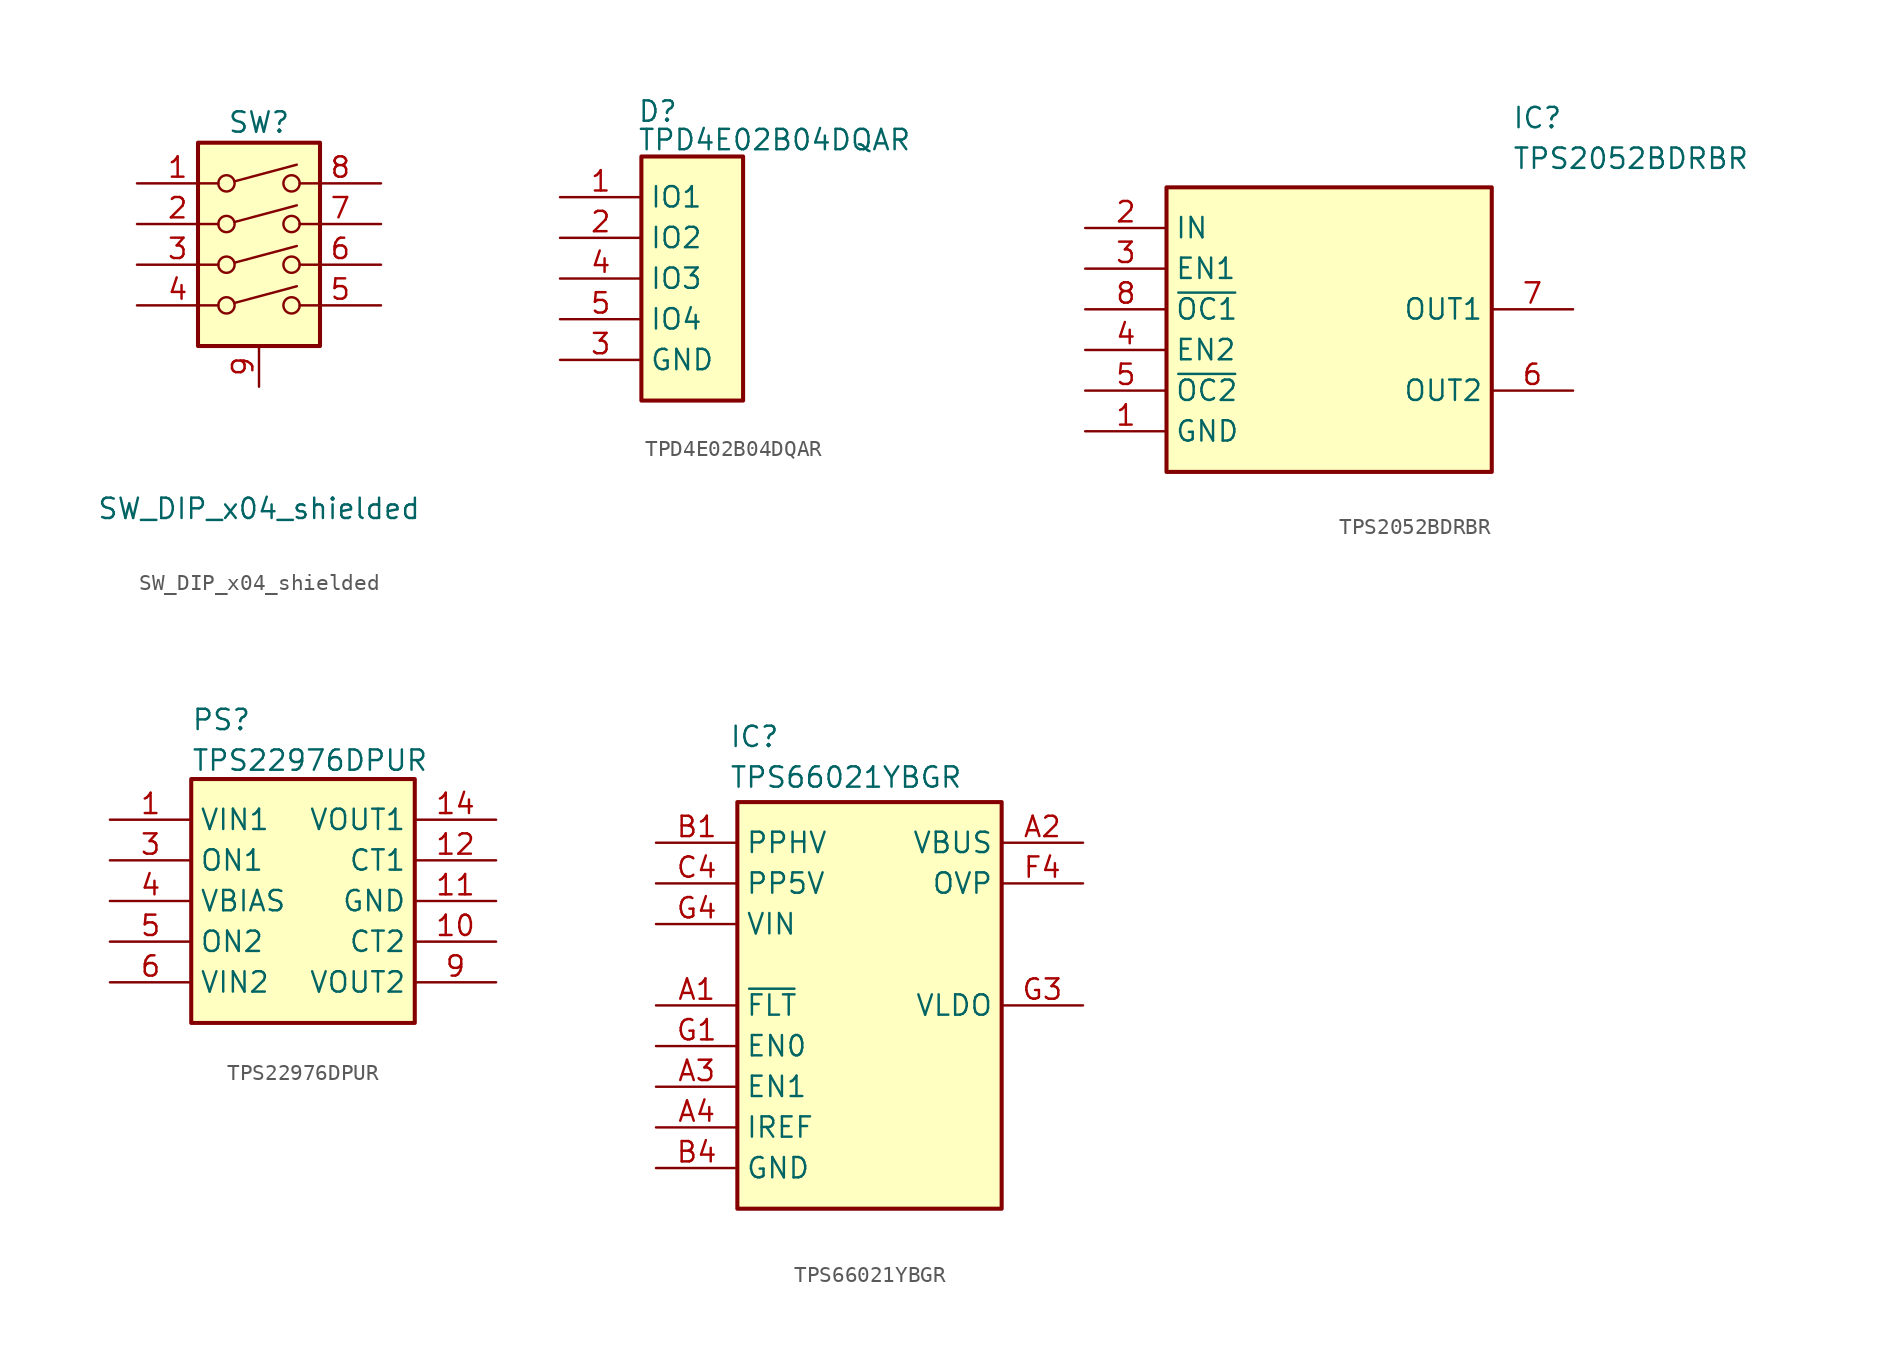
<source format=kicad_sym>
(kicad_symbol_lib
  (version 20231120)
  (generator "kicad_symbol_editor")
  (generator_version "8.0")
  (symbol "SW_DIP_x04_shielded"
    (pin_names
      (offset 0) hide)
    (property "Reference" "SW"
      (at 0 8.89 0)
      (effects (font (size 1.27 1.27))))
    (property "Value" "SW_DIP_x04_shielded"
      (at 0 -15.24 0)
      (effects (font (size 1.27 1.27))))
    (symbol "SW_DIP_x04_shielded_0_0"
      (circle (center -2.032 -2.54) (radius 0.508) (stroke (width 0) (type default)) (fill (type none)))
      (circle (center -2.032 0) (radius 0.508) (stroke (width 0) (type default)) (fill (type none)))
      (circle (center -2.032 2.54) (radius 0.508) (stroke (width 0) (type default)) (fill (type none)))
      (circle (center -2.032 5.08) (radius 0.508) (stroke (width 0) (type default)) (fill (type none)))
      (polyline (pts (xy -1.524 -2.388) (xy 2.362 -1.346)) (stroke (width 0) (type default)) (fill (type none)))
      (polyline (pts (xy -1.524 0.127) (xy 2.362 1.168)) (stroke (width 0) (type default)) (fill (type none)))
      (polyline (pts (xy -1.524 2.667) (xy 2.362 3.708)) (stroke (width 0) (type default)) (fill (type none)))
      (polyline (pts (xy -1.524 5.207) (xy 2.362 6.248)) (stroke (width 0) (type default)) (fill (type none)))
      (circle (center 2.032 -2.54) (radius 0.508) (stroke (width 0) (type default)) (fill (type none)))
      (circle (center 2.032 0) (radius 0.508) (stroke (width 0) (type default)) (fill (type none)))
      (circle (center 2.032 2.54) (radius 0.508) (stroke (width 0) (type default)) (fill (type none)))
      (circle (center 2.032 5.08) (radius 0.508) (stroke (width 0) (type default)) (fill (type none))))
    (symbol "SW_DIP_x04_shielded_0_1"
      (rectangle (start -3.81 7.62) (end 3.81 -5.08) (stroke (width 0.254) (type default)) (fill (type background))))
    (symbol "SW_DIP_x04_shielded_1_1"
      (pin passive line (at -7.62 5.08 0) (length 5.08) (name "~" (effects (font (size 1.27 1.27)))) (number "1" (effects (font (size 1.27 1.27)))))
      (pin passive line (at -7.62 2.54 0) (length 5.08) (name "~" (effects (font (size 1.27 1.27)))) (number "2" (effects (font (size 1.27 1.27)))))
      (pin passive line (at -7.62 0 0) (length 5.08) (name "~" (effects (font (size 1.27 1.27)))) (number "3" (effects (font (size 1.27 1.27)))))
      (pin passive line (at -7.62 -2.54 0) (length 5.08) (name "~" (effects (font (size 1.27 1.27)))) (number "4" (effects (font (size 1.27 1.27)))))
      (pin passive line (at 7.62 -2.54 180) (length 5.08) (name "~" (effects (font (size 1.27 1.27)))) (number "5" (effects (font (size 1.27 1.27)))))
      (pin passive line (at 7.62 0 180) (length 5.08) (name "~" (effects (font (size 1.27 1.27)))) (number "6" (effects (font (size 1.27 1.27)))))
      (pin passive line (at 7.62 2.54 180) (length 5.08) (name "~" (effects (font (size 1.27 1.27)))) (number "7" (effects (font (size 1.27 1.27)))))
      (pin passive line (at 7.62 5.08 180) (length 5.08) (name "~" (effects (font (size 1.27 1.27)))) (number "8" (effects (font (size 1.27 1.27)))))
      (pin passive line (at 0 -7.62 90) (length 2.54) (name "SH" (effects (font (size 1.27 1.27)))) (number "9" (effects (font (size 1.27 1.27)))))))
  (symbol "TPD4E02B04DQAR"
    (property "Reference" "D"
      (at 4.826 6.096 0)
      (effects (font (size 1.27 1.27)) (justify left top)))
    (property "Value" "TPD4E02B04DQAR"
      (at 4.826 4.318 0)
      (effects (font (size 1.27 1.27)) (justify left top)))
    (symbol "TPD4E02B04DQAR_1_1"
      (rectangle (start 5.08 2.54) (end 11.43 -12.7) (stroke (width 0.254) (type default)) (fill (type background)))
      (pin passive line (at 0 0 0) (length 5.08) (name "IO1" (effects (font (size 1.27 1.27)))) (number "1" (effects (font (size 1.27 1.27)))))
      (pin passive line (at 0 0 0) (length 5.08) hide (name "NC_4" (effects (font (size 1.27 1.27)))) (number "10" (effects (font (size 1.27 1.27)))))
      (pin passive line (at 0 -2.54 0) (length 5.08) (name "IO2" (effects (font (size 1.27 1.27)))) (number "2" (effects (font (size 1.27 1.27)))))
      (pin passive line (at 0 -10.16 0) (length 5.08) (name "GND" (effects (font (size 1.27 1.27)))) (number "3" (effects (font (size 1.27 1.27)))))
      (pin passive line (at 0 -5.08 0) (length 5.08) (name "IO3" (effects (font (size 1.27 1.27)))) (number "4" (effects (font (size 1.27 1.27)))))
      (pin passive line (at 0 -7.62 0) (length 5.08) (name "IO4" (effects (font (size 1.27 1.27)))) (number "5" (effects (font (size 1.27 1.27)))))
      (pin passive line (at 0 -7.62 0) (length 5.08) hide (name "NC_1" (effects (font (size 1.27 1.27)))) (number "6" (effects (font (size 1.27 1.27)))))
      (pin passive line (at 0 -5.08 0) (length 5.08) hide (name "NC_2" (effects (font (size 1.27 1.27)))) (number "7" (effects (font (size 1.27 1.27)))))
      (pin passive line (at 0 -10.16 0) (length 5.08) hide (name "GND" (effects (font (size 1.27 1.27)))) (number "8" (effects (font (size 1.27 1.27)))))
      (pin passive line (at 0 -2.54 0) (length 5.08) hide (name "NC_3" (effects (font (size 1.27 1.27)))) (number "9" (effects (font (size 1.27 1.27)))))))
  (symbol "TPS2052BDRBR"
    (property "Reference" "IC"
      (at 26.67 7.62 0)
      (effects (font (size 1.27 1.27)) (justify left top)))
    (property "Value" "TPS2052BDRBR"
      (at 26.67 5.08 0)
      (effects (font (size 1.27 1.27)) (justify left top)))
    (symbol "TPS2052BDRBR_1_1"
      (rectangle (start 5.08 2.54) (end 25.4 -15.24) (stroke (width 0.254) (type default)) (fill (type background)))
      (pin passive line (at 0 -12.7 0) (length 5.08) (name "GND" (effects (font (size 1.27 1.27)))) (number "1" (effects (font (size 1.27 1.27)))))
      (pin passive line (at 0 0 0) (length 5.08) (name "IN" (effects (font (size 1.27 1.27)))) (number "2" (effects (font (size 1.27 1.27)))))
      (pin passive line (at 0 -2.54 0) (length 5.08) (name "EN1" (effects (font (size 1.27 1.27)))) (number "3" (effects (font (size 1.27 1.27)))))
      (pin passive line (at 0 -7.62 0) (length 5.08) (name "EN2" (effects (font (size 1.27 1.27)))) (number "4" (effects (font (size 1.27 1.27)))))
      (pin passive line (at 0 -10.16 0) (length 5.08) (name "~{OC2}" (effects (font (size 1.27 1.27)))) (number "5" (effects (font (size 1.27 1.27)))))
      (pin passive line (at 30.48 -10.16 180) (length 5.08) (name "OUT2" (effects (font (size 1.27 1.27)))) (number "6" (effects (font (size 1.27 1.27)))))
      (pin passive line (at 30.48 -5.08 180) (length 5.08) (name "OUT1" (effects (font (size 1.27 1.27)))) (number "7" (effects (font (size 1.27 1.27)))))
      (pin passive line (at 0 -5.08 0) (length 5.08) (name "~{OC1}" (effects (font (size 1.27 1.27)))) (number "8" (effects (font (size 1.27 1.27)))))
      (pin passive line (at 0 -12.7 0) (length 5.08) hide (name "GND" (effects (font (size 1.27 1.27)))) (number "9" (effects (font (size 1.27 1.27)))))))
  (symbol "TPS22976DPUR"
    (property "Reference" "PS"
      (at 5.08 6.985 0)
      (effects (font (size 1.27 1.27)) (justify left top)))
    (property "Value" "TPS22976DPUR"
      (at 5.08 4.445 0)
      (effects (font (size 1.27 1.27)) (justify left top)))
    (symbol "TPS22976DPUR_1_1"
      (rectangle (start 5.08 2.54) (end 19.05 -12.7) (stroke (width 0.254) (type default)) (fill (type background)))
      (pin passive line (at 0 0 0) (length 5.08) (name "VIN1" (effects (font (size 1.27 1.27)))) (number "1" (effects (font (size 1.27 1.27)))))
      (pin passive line (at 24.13 -7.62 180) (length 5.08) (name "CT2" (effects (font (size 1.27 1.27)))) (number "10" (effects (font (size 1.27 1.27)))))
      (pin passive line (at 24.13 -5.08 180) (length 5.08) (name "GND" (effects (font (size 1.27 1.27)))) (number "11" (effects (font (size 1.27 1.27)))))
      (pin passive line (at 24.13 -2.54 180) (length 5.08) (name "CT1" (effects (font (size 1.27 1.27)))) (number "12" (effects (font (size 1.27 1.27)))))
      (pin passive line (at 24.13 0 180) (length 5.08) hide (name "VOUT1" (effects (font (size 1.27 1.27)))) (number "13" (effects (font (size 1.27 1.27)))))
      (pin passive line (at 24.13 0 180) (length 5.08) (name "VOUT1" (effects (font (size 1.27 1.27)))) (number "14" (effects (font (size 1.27 1.27)))))
      (pin passive line (at 24.13 -5.08 180) (length 5.08) hide (name "EP" (effects (font (size 1.27 1.27)))) (number "15" (effects (font (size 1.27 1.27)))))
      (pin passive line (at 0 0 0) (length 5.08) hide (name "VIN1" (effects (font (size 1.27 1.27)))) (number "2" (effects (font (size 1.27 1.27)))))
      (pin passive line (at 0 -2.54 0) (length 5.08) (name "ON1" (effects (font (size 1.27 1.27)))) (number "3" (effects (font (size 1.27 1.27)))))
      (pin passive line (at 0 -5.08 0) (length 5.08) (name "VBIAS" (effects (font (size 1.27 1.27)))) (number "4" (effects (font (size 1.27 1.27)))))
      (pin passive line (at 0 -7.62 0) (length 5.08) (name "ON2" (effects (font (size 1.27 1.27)))) (number "5" (effects (font (size 1.27 1.27)))))
      (pin passive line (at 0 -10.16 0) (length 5.08) (name "VIN2" (effects (font (size 1.27 1.27)))) (number "6" (effects (font (size 1.27 1.27)))))
      (pin passive line (at 0 -10.16 0) (length 5.08) hide (name "VIN2" (effects (font (size 1.27 1.27)))) (number "7" (effects (font (size 1.27 1.27)))))
      (pin passive line (at 24.13 -10.16 180) (length 5.08) hide (name "VOUT2" (effects (font (size 1.27 1.27)))) (number "8" (effects (font (size 1.27 1.27)))))
      (pin passive line (at 24.13 -10.16 180) (length 5.08) (name "VOUT2" (effects (font (size 1.27 1.27)))) (number "9" (effects (font (size 1.27 1.27)))))))
  (symbol "TPS66021YBGR"
    (property "Reference" "IC"
      (at 4.572 7.366 0)
      (effects (font (size 1.27 1.27)) (justify left top)))
    (property "Value" "TPS66021YBGR"
      (at 4.572 4.826 0)
      (effects (font (size 1.27 1.27)) (justify left top)))
    (symbol "TPS66021YBGR_1_1"
      (rectangle (start 5.08 2.54) (end 21.59 -22.86) (stroke (width 0.254) (type default)) (fill (type background)))
      (pin passive line (at 0 -10.16 0) (length 5.08) (name "~{FLT}" (effects (font (size 1.27 1.27)))) (number "A1" (effects (font (size 1.27 1.27)))))
      (pin passive line (at 26.67 0 180) (length 5.08) (name "VBUS" (effects (font (size 1.27 1.27)))) (number "A2" (effects (font (size 1.27 1.27)))))
      (pin passive line (at 0 -15.24 0) (length 5.08) (name "EN1" (effects (font (size 1.27 1.27)))) (number "A3" (effects (font (size 1.27 1.27)))))
      (pin passive line (at 0 -17.78 0) (length 5.08) (name "IREF" (effects (font (size 1.27 1.27)))) (number "A4" (effects (font (size 1.27 1.27)))))
      (pin passive line (at 0 0 0) (length 5.08) (name "PPHV" (effects (font (size 1.27 1.27)))) (number "B1" (effects (font (size 1.27 1.27)))))
      (pin passive line (at 26.67 0 180) (length 5.08) hide (name "VBUS" (effects (font (size 1.27 1.27)))) (number "B2" (effects (font (size 1.27 1.27)))))
      (pin passive line (at 26.67 0 180) (length 5.08) hide (name "VBUS" (effects (font (size 1.27 1.27)))) (number "B3" (effects (font (size 1.27 1.27)))))
      (pin passive line (at 0 -20.32 0) (length 5.08) (name "GND" (effects (font (size 1.27 1.27)))) (number "B4" (effects (font (size 1.27 1.27)))))
      (pin passive line (at 0 0 0) (length 5.08) hide (name "PPHV" (effects (font (size 1.27 1.27)))) (number "C1" (effects (font (size 1.27 1.27)))))
      (pin passive line (at 26.67 0 180) (length 5.08) hide (name "VBUS" (effects (font (size 1.27 1.27)))) (number "C2" (effects (font (size 1.27 1.27)))))
      (pin passive line (at 26.67 0 180) (length 5.08) hide (name "VBUS" (effects (font (size 1.27 1.27)))) (number "C3" (effects (font (size 1.27 1.27)))))
      (pin passive line (at 0 -2.54 0) (length 5.08) (name "PP5V" (effects (font (size 1.27 1.27)))) (number "C4" (effects (font (size 1.27 1.27)))))
      (pin passive line (at 0 0 0) (length 5.08) hide (name "PPHV" (effects (font (size 1.27 1.27)))) (number "D1" (effects (font (size 1.27 1.27)))))
      (pin passive line (at 26.67 0 180) (length 5.08) hide (name "VBUS" (effects (font (size 1.27 1.27)))) (number "D2" (effects (font (size 1.27 1.27)))))
      (pin passive line (at 26.67 0 180) (length 5.08) hide (name "VBUS" (effects (font (size 1.27 1.27)))) (number "D3" (effects (font (size 1.27 1.27)))))
      (pin passive line (at 0 -2.54 0) (length 5.08) hide (name "PP5V" (effects (font (size 1.27 1.27)))) (number "D4" (effects (font (size 1.27 1.27)))))
      (pin passive line (at 0 0 0) (length 5.08) hide (name "PPHV" (effects (font (size 1.27 1.27)))) (number "E1" (effects (font (size 1.27 1.27)))))
      (pin passive line (at 26.67 0 180) (length 5.08) hide (name "VBUS" (effects (font (size 1.27 1.27)))) (number "E2" (effects (font (size 1.27 1.27)))))
      (pin passive line (at 26.67 0 180) (length 5.08) hide (name "VBUS" (effects (font (size 1.27 1.27)))) (number "E3" (effects (font (size 1.27 1.27)))))
      (pin passive line (at 0 -2.54 0) (length 5.08) hide (name "PP5V" (effects (font (size 1.27 1.27)))) (number "E4" (effects (font (size 1.27 1.27)))))
      (pin passive line (at 0 0 0) (length 5.08) hide (name "PPHV" (effects (font (size 1.27 1.27)))) (number "F1" (effects (font (size 1.27 1.27)))))
      (pin passive line (at 26.67 0 180) (length 5.08) hide (name "VBUS" (effects (font (size 1.27 1.27)))) (number "F2" (effects (font (size 1.27 1.27)))))
      (pin passive line (at 26.67 0 180) (length 5.08) hide (name "VBUS" (effects (font (size 1.27 1.27)))) (number "F3" (effects (font (size 1.27 1.27)))))
      (pin passive line (at 26.67 -2.54 180) (length 5.08) (name "OVP" (effects (font (size 1.27 1.27)))) (number "F4" (effects (font (size 1.27 1.27)))))
      (pin passive line (at 0 -12.7 0) (length 5.08) (name "EN0" (effects (font (size 1.27 1.27)))) (number "G1" (effects (font (size 1.27 1.27)))))
      (pin passive line (at 26.67 0 180) (length 5.08) hide (name "VBUS" (effects (font (size 1.27 1.27)))) (number "G2" (effects (font (size 1.27 1.27)))))
      (pin passive line (at 26.67 -10.16 180) (length 5.08) (name "VLDO" (effects (font (size 1.27 1.27)))) (number "G3" (effects (font (size 1.27 1.27)))))
      (pin passive line (at 0 -5.08 0) (length 5.08) (name "VIN" (effects (font (size 1.27 1.27)))) (number "G4" (effects (font (size 1.27 1.27))))))))
</source>
